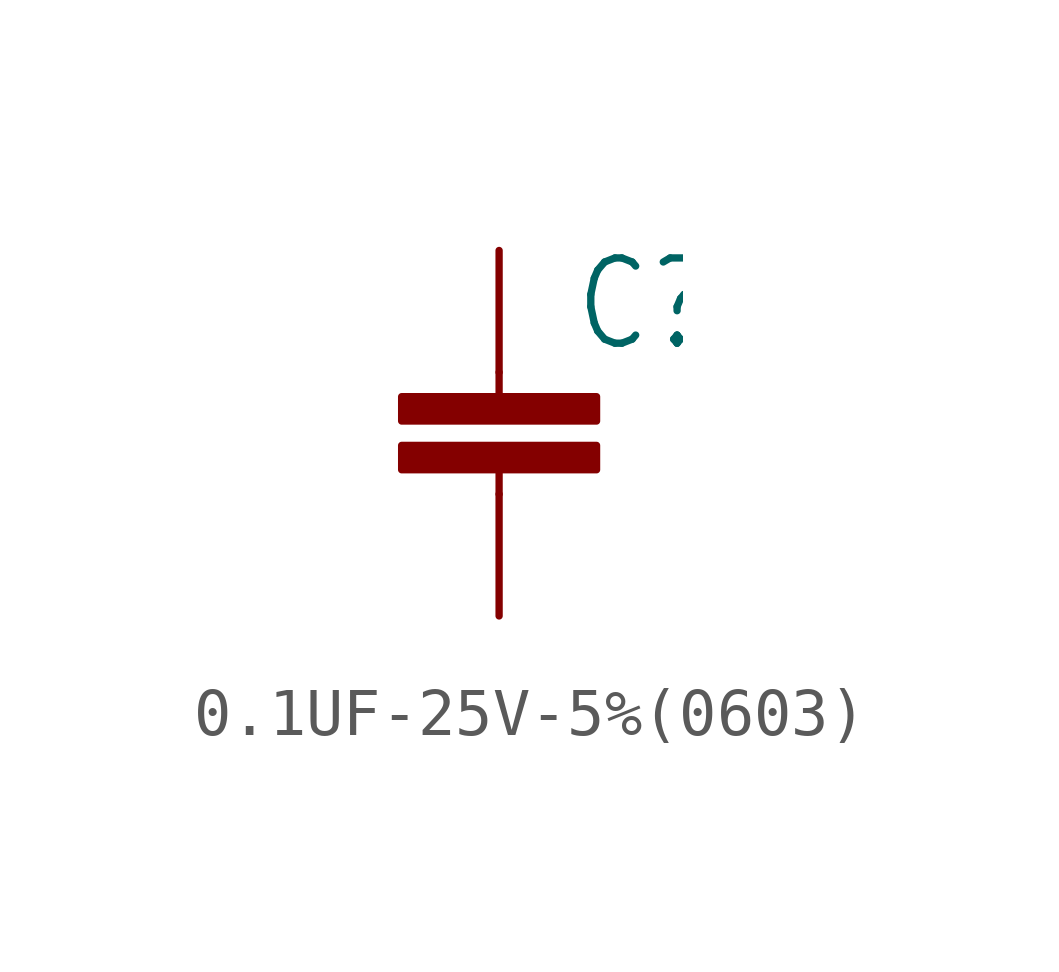
<source format=kicad_sym>
(kicad_symbol_lib
  (version 20231120)
  (generator "kicad_symbol_editor")
  (generator_version "8.0")
  (symbol "0.1UF-25V-5%(0603)"
    (property "Reference" "C"
      (at 1.524 2.921 0)
      (effects (font (size 1.778 1.511)) (justify left bottom)))
    (property "Value" ""
      (at 1.524 -2.159 0)
      (effects (font (size 1.778 1.511)) (justify left bottom)))
    (property "ki_locked" ""
      (at 0 0 0)
      (effects (font (size 1.27 1.27))))
    (symbol "0.1UF-25V-5%(0603)_1_0"
      (rectangle (start -2.032 0.508) (end 2.032 1.016) (stroke (width 0) (type default)) (fill (type outline)))
      (rectangle (start -2.032 1.524) (end 2.032 2.032) (stroke (width 0) (type default)) (fill (type outline)))
      (polyline (pts (xy 0 0) (xy 0 0.508)) (stroke (width 0.152) (type solid)) (fill (type none)))
      (polyline (pts (xy 0 2.54) (xy 0 2.032)) (stroke (width 0.152) (type solid)) (fill (type none)))
      (pin passive line (at 0 5.08 270) (length 2.54) (name "1" (effects (font (size 0 0)))) (number "1" (effects (font (size 0 0)))))
      (pin passive line (at 0 -2.54 90) (length 2.54) (name "2" (effects (font (size 0 0)))) (number "2" (effects (font (size 0 0))))))))
</source>
